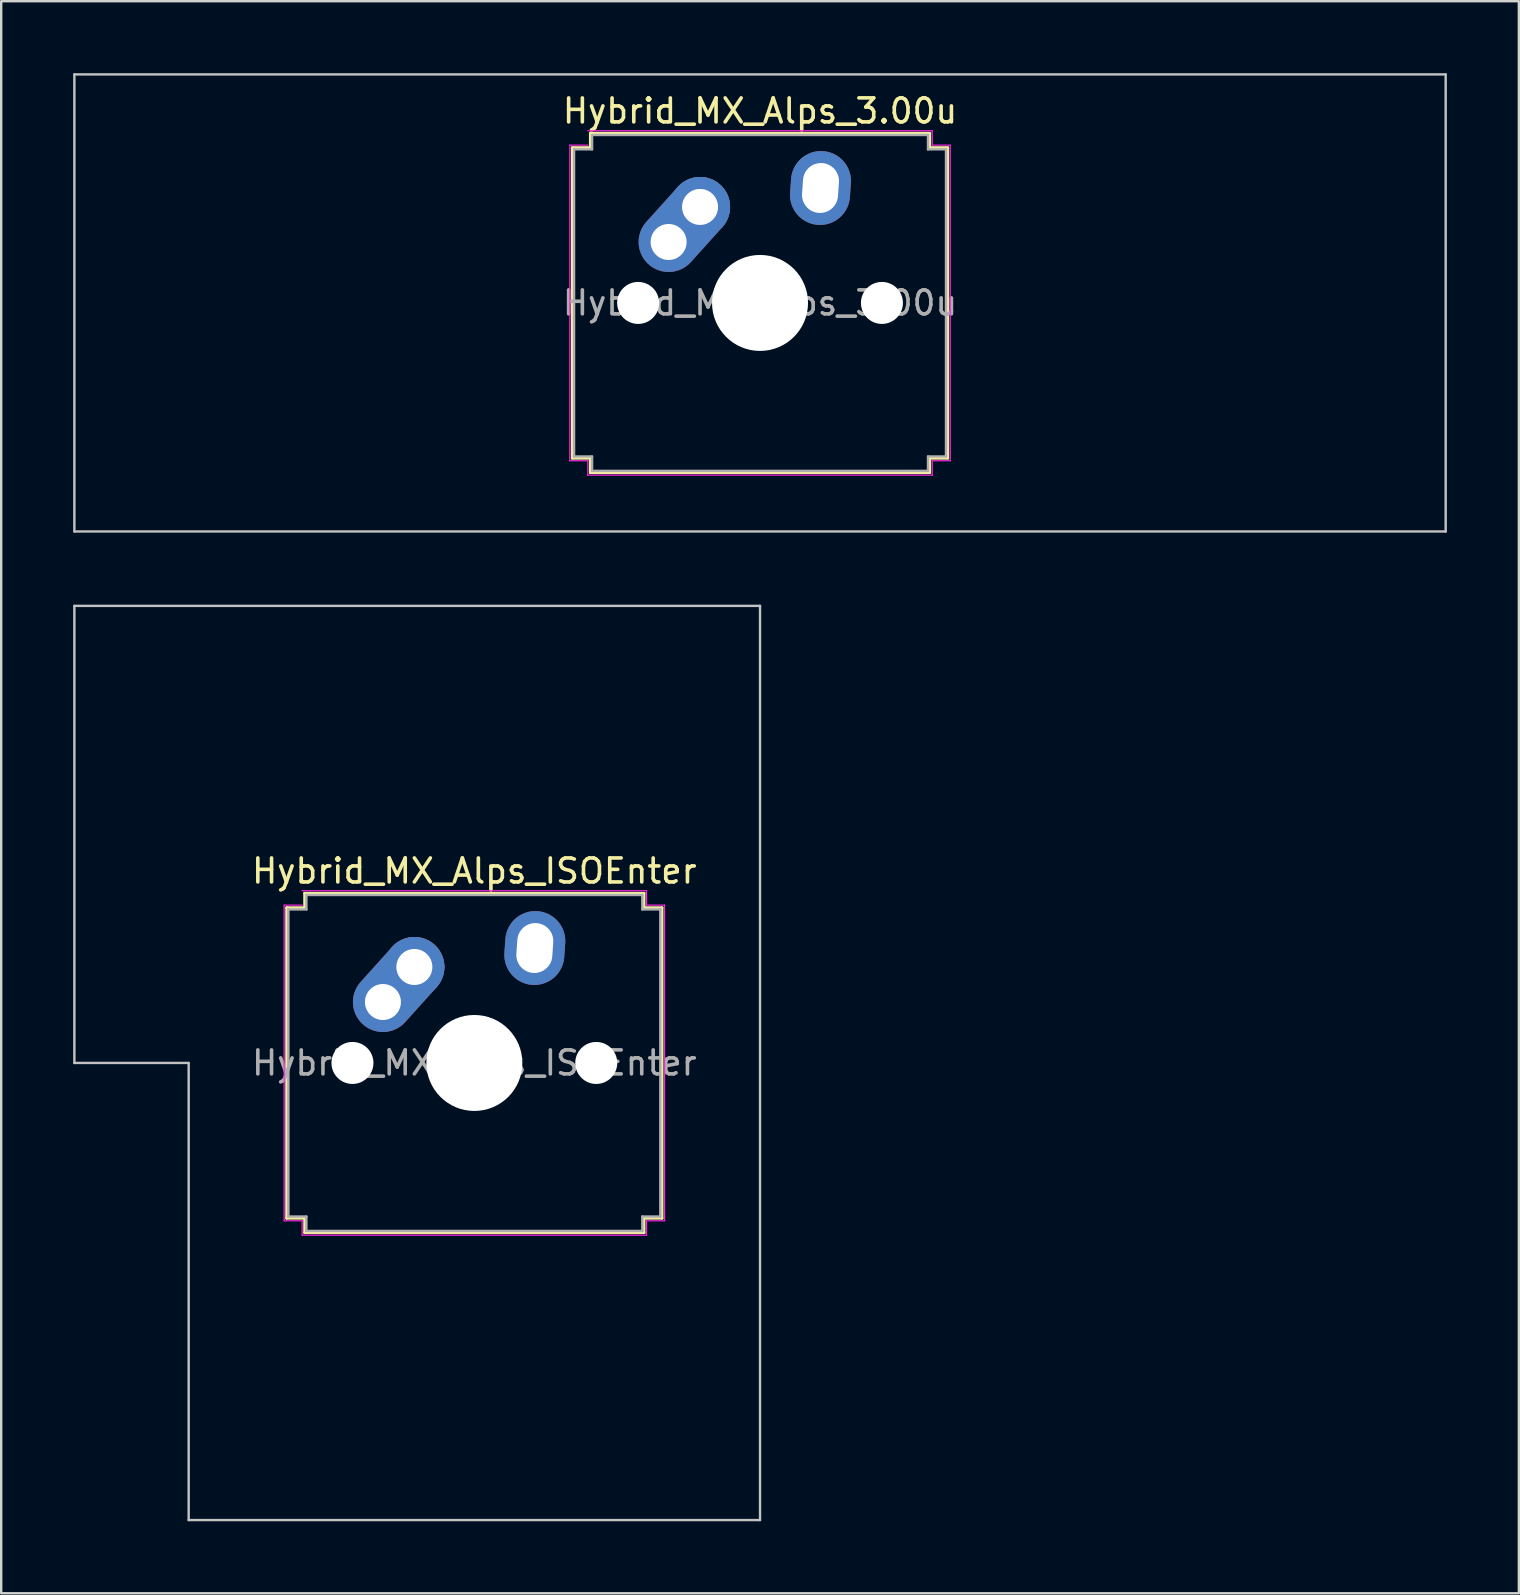
<source format=kicad_pcb>
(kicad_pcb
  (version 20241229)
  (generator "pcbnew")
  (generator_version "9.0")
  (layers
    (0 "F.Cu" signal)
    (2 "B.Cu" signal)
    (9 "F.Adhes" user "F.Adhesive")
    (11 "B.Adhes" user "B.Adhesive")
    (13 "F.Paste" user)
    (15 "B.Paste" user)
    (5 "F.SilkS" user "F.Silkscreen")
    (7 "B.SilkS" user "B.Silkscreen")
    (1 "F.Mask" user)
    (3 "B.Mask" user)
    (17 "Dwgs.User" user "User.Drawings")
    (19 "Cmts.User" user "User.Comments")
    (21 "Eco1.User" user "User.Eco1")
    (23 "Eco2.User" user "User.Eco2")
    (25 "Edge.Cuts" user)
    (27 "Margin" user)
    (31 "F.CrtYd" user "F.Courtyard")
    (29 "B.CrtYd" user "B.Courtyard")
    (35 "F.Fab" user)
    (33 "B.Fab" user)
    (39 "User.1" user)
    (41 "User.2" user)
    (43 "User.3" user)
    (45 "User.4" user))
  (footprint "Hybrid_MX_Alps_3.00u"
    (layer "F.Cu")
    (at 28.625 9.575)
    (property "Reference" "Hybrid_MX_Alps_3.00u" (at 0 -8 0) (layer "F.SilkS") (effects (font (size 1 1) (thickness 0.15))))
    (attr through_hole)
    (fp_line (start -7.821 -6.471) (end -7.071 -6.471) (stroke (width 0.12) (type solid)) (layer "F.SilkS"))
    (fp_line (start -7.821 6.471) (end -7.821 -6.471) (stroke (width 0.12) (type solid)) (layer "F.SilkS"))
    (fp_line (start -7.071 -7.071) (end 7.071 -7.071) (stroke (width 0.12) (type solid)) (layer "F.SilkS"))
    (fp_line (start -7.071 -6.471) (end -7.071 -7.071) (stroke (width 0.12) (type solid)) (layer "F.SilkS"))
    (fp_line (start -7.071 6.471) (end -7.821 6.471) (stroke (width 0.12) (type solid)) (layer "F.SilkS"))
    (fp_line (start -7.071 7.071) (end -7.071 6.471) (stroke (width 0.12) (type solid)) (layer "F.SilkS"))
    (fp_line (start 7.071 -7.071) (end 7.071 -6.471) (stroke (width 0.12) (type solid)) (layer "F.SilkS"))
    (fp_line (start 7.071 -6.471) (end 7.821 -6.471) (stroke (width 0.12) (type solid)) (layer "F.SilkS"))
    (fp_line (start 7.071 6.471) (end 7.071 7.071) (stroke (width 0.12) (type solid)) (layer "F.SilkS"))
    (fp_line (start 7.071 7.071) (end -7.071 7.071) (stroke (width 0.12) (type solid)) (layer "F.SilkS"))
    (fp_line (start 7.821 -6.471) (end 7.821 6.471) (stroke (width 0.12) (type solid)) (layer "F.SilkS"))
    (fp_line (start 7.821 6.471) (end 7.071 6.471) (stroke (width 0.12) (type solid)) (layer "F.SilkS"))
    (fp_line (start -28.575 -9.525) (end -28.575 9.525) (stroke (width 0.1) (type solid)) (layer "Dwgs.User"))
    (fp_line (start -28.575 9.525) (end 28.575 9.525) (stroke (width 0.1) (type solid)) (layer "Dwgs.User"))
    (fp_line (start 28.575 -9.525) (end -28.575 -9.525) (stroke (width 0.1) (type solid)) (layer "Dwgs.User"))
    (fp_line (start 28.575 9.525) (end 28.575 -9.525) (stroke (width 0.1) (type solid)) (layer "Dwgs.User"))
    (fp_line (start -7.927 -6.577) (end -7.177 -6.577) (stroke (width 0.05) (type solid)) (layer "F.CrtYd"))
    (fp_line (start -7.927 6.577) (end -7.927 -6.577) (stroke (width 0.05) (type solid)) (layer "F.CrtYd"))
    (fp_line (start -7.177 -7.177) (end 7.177 -7.177) (stroke (width 0.05) (type solid)) (layer "F.CrtYd"))
    (fp_line (start -7.177 6.577) (end -7.927 6.577) (stroke (width 0.05) (type solid)) (layer "F.CrtYd"))
    (fp_line (start -7.177 7.177) (end -7.177 6.577) (stroke (width 0.05) (type solid)) (layer "F.CrtYd"))
    (fp_line (start 7.177 -7.177) (end 7.177 -6.577) (stroke (width 0.05) (type solid)) (layer "F.CrtYd"))
    (fp_line (start 7.177 -6.577) (end 7.927 -6.577) (stroke (width 0.05) (type solid)) (layer "F.CrtYd"))
    (fp_line (start 7.177 6.577) (end 7.177 7.177) (stroke (width 0.05) (type solid)) (layer "F.CrtYd"))
    (fp_line (start 7.177 7.177) (end -7.177 7.177) (stroke (width 0.05) (type solid)) (layer "F.CrtYd"))
    (fp_line (start 7.927 -6.577) (end 7.927 6.577) (stroke (width 0.05) (type solid)) (layer "F.CrtYd"))
    (fp_line (start 7.927 6.577) (end 7.177 6.577) (stroke (width 0.05) (type solid)) (layer "F.CrtYd"))
    (fp_line (start -7.75 -6.4) (end -7 -6.4) (stroke (width 0.1) (type solid)) (layer "F.Fab"))
    (fp_line (start -7.75 6.4) (end -7.75 -6.4) (stroke (width 0.1) (type solid)) (layer "F.Fab"))
    (fp_line (start -7 -7) (end 7 -7) (stroke (width 0.1) (type solid)) (layer "F.Fab"))
    (fp_line (start -7 -6.4) (end -7 -7) (stroke (width 0.1) (type solid)) (layer "F.Fab"))
    (fp_line (start -7 6.4) (end -7.75 6.4) (stroke (width 0.1) (type solid)) (layer "F.Fab"))
    (fp_line (start -7 7) (end -7 6.4) (stroke (width 0.1) (type solid)) (layer "F.Fab"))
    (fp_line (start 7 -7) (end 7 -6.4) (stroke (width 0.1) (type solid)) (layer "F.Fab"))
    (fp_line (start 7 -6.4) (end 7.75 -6.4) (stroke (width 0.1) (type solid)) (layer "F.Fab"))
    (fp_line (start 7 6.4) (end 7 7) (stroke (width 0.1) (type solid)) (layer "F.Fab"))
    (fp_line (start 7 7) (end -7 7) (stroke (width 0.1) (type solid)) (layer "F.Fab"))
    (fp_line (start 7.75 -6.4) (end 7.75 6.4) (stroke (width 0.1) (type solid)) (layer "F.Fab"))
    (fp_line (start 7.75 6.4) (end 7 6.4) (stroke (width 0.1) (type solid)) (layer "F.Fab"))
    (fp_text user "${REFERENCE}" (at 0 0 0) (layer "F.Fab") (effects (font (size 1 1) (thickness 0.15))))
    (pad "" np_thru_hole circle (at -5.08 0) (size 1.75 1.75) (drill 1.75) (layers "*.Cu" "*.Mask"))
    (pad "" np_thru_hole circle (at 0 0) (size 4 4) (drill 4) (layers "*.Cu" "*.Mask"))
    (pad "" np_thru_hole circle (at 5.08 0) (size 1.75 1.75) (drill 1.75) (layers "*.Cu" "*.Mask"))
    (pad "1" thru_hole oval (at -3.81 -2.54 48) (size 4.462 2.5) (drill 1.5 (offset 0.981 0)) (layers "*.Cu" "*.Mask"))
    (pad "1" thru_hole circle (at -2.5 -4) (size 2.5 2.5) (drill 1.5) (layers "*.Cu" "*.Mask"))
    (pad "2" thru_hole oval (at 2.52 -4.79 86) (size 3.081 2.5) (drill oval 2.081 1.5) (layers "*.Cu" "*.Mask")))
  (footprint "Hybrid_MX_Alps_ISOEnter"
    (layer "F.Cu")
    (at 16.719 41.25)
    (property "Reference" "Hybrid_MX_Alps_ISOEnter" (at 0 -8 0) (layer "F.SilkS") (effects (font (size 1 1) (thickness 0.15))))
    (attr through_hole)
    (fp_line (start -7.821 -6.471) (end -7.071 -6.471) (stroke (width 0.12) (type solid)) (layer "F.SilkS"))
    (fp_line (start -7.821 6.471) (end -7.821 -6.471) (stroke (width 0.12) (type solid)) (layer "F.SilkS"))
    (fp_line (start -7.071 -7.071) (end 7.071 -7.071) (stroke (width 0.12) (type solid)) (layer "F.SilkS"))
    (fp_line (start -7.071 -6.471) (end -7.071 -7.071) (stroke (width 0.12) (type solid)) (layer "F.SilkS"))
    (fp_line (start -7.071 6.471) (end -7.821 6.471) (stroke (width 0.12) (type solid)) (layer "F.SilkS"))
    (fp_line (start -7.071 7.071) (end -7.071 6.471) (stroke (width 0.12) (type solid)) (layer "F.SilkS"))
    (fp_line (start 7.071 -7.071) (end 7.071 -6.471) (stroke (width 0.12) (type solid)) (layer "F.SilkS"))
    (fp_line (start 7.071 -6.471) (end 7.821 -6.471) (stroke (width 0.12) (type solid)) (layer "F.SilkS"))
    (fp_line (start 7.071 6.471) (end 7.071 7.071) (stroke (width 0.12) (type solid)) (layer "F.SilkS"))
    (fp_line (start 7.071 7.071) (end -7.071 7.071) (stroke (width 0.12) (type solid)) (layer "F.SilkS"))
    (fp_line (start 7.821 -6.471) (end 7.821 6.471) (stroke (width 0.12) (type solid)) (layer "F.SilkS"))
    (fp_line (start 7.821 6.471) (end 7.071 6.471) (stroke (width 0.12) (type solid)) (layer "F.SilkS"))
    (fp_line (start -16.669 -19.05) (end -16.669 0) (stroke (width 0.1) (type solid)) (layer "Dwgs.User"))
    (fp_line (start -16.669 0) (end -11.906 0) (stroke (width 0.1) (type solid)) (layer "Dwgs.User"))
    (fp_line (start -11.906 0) (end -11.906 19.05) (stroke (width 0.1) (type solid)) (layer "Dwgs.User"))
    (fp_line (start -11.906 19.05) (end 11.906 19.05) (stroke (width 0.1) (type solid)) (layer "Dwgs.User"))
    (fp_line (start 11.906 -19.05) (end -16.669 -19.05) (stroke (width 0.1) (type solid)) (layer "Dwgs.User"))
    (fp_line (start 11.906 19.05) (end 11.906 -19.05) (stroke (width 0.1) (type solid)) (layer "Dwgs.User"))
    (fp_line (start -7.927 -6.577) (end -7.177 -6.577) (stroke (width 0.05) (type solid)) (layer "F.CrtYd"))
    (fp_line (start -7.927 6.577) (end -7.927 -6.577) (stroke (width 0.05) (type solid)) (layer "F.CrtYd"))
    (fp_line (start -7.177 -7.177) (end 7.177 -7.177) (stroke (width 0.05) (type solid)) (layer "F.CrtYd"))
    (fp_line (start -7.177 6.577) (end -7.927 6.577) (stroke (width 0.05) (type solid)) (layer "F.CrtYd"))
    (fp_line (start -7.177 7.177) (end -7.177 6.577) (stroke (width 0.05) (type solid)) (layer "F.CrtYd"))
    (fp_line (start 7.177 -7.177) (end 7.177 -6.577) (stroke (width 0.05) (type solid)) (layer "F.CrtYd"))
    (fp_line (start 7.177 -6.577) (end 7.927 -6.577) (stroke (width 0.05) (type solid)) (layer "F.CrtYd"))
    (fp_line (start 7.177 6.577) (end 7.177 7.177) (stroke (width 0.05) (type solid)) (layer "F.CrtYd"))
    (fp_line (start 7.177 7.177) (end -7.177 7.177) (stroke (width 0.05) (type solid)) (layer "F.CrtYd"))
    (fp_line (start 7.927 -6.577) (end 7.927 6.577) (stroke (width 0.05) (type solid)) (layer "F.CrtYd"))
    (fp_line (start 7.927 6.577) (end 7.177 6.577) (stroke (width 0.05) (type solid)) (layer "F.CrtYd"))
    (fp_line (start -7.75 -6.4) (end -7 -6.4) (stroke (width 0.1) (type solid)) (layer "F.Fab"))
    (fp_line (start -7.75 6.4) (end -7.75 -6.4) (stroke (width 0.1) (type solid)) (layer "F.Fab"))
    (fp_line (start -7 -7) (end 7 -7) (stroke (width 0.1) (type solid)) (layer "F.Fab"))
    (fp_line (start -7 -6.4) (end -7 -7) (stroke (width 0.1) (type solid)) (layer "F.Fab"))
    (fp_line (start -7 6.4) (end -7.75 6.4) (stroke (width 0.1) (type solid)) (layer "F.Fab"))
    (fp_line (start -7 7) (end -7 6.4) (stroke (width 0.1) (type solid)) (layer "F.Fab"))
    (fp_line (start 7 -7) (end 7 -6.4) (stroke (width 0.1) (type solid)) (layer "F.Fab"))
    (fp_line (start 7 -6.4) (end 7.75 -6.4) (stroke (width 0.1) (type solid)) (layer "F.Fab"))
    (fp_line (start 7 6.4) (end 7 7) (stroke (width 0.1) (type solid)) (layer "F.Fab"))
    (fp_line (start 7 7) (end -7 7) (stroke (width 0.1) (type solid)) (layer "F.Fab"))
    (fp_line (start 7.75 -6.4) (end 7.75 6.4) (stroke (width 0.1) (type solid)) (layer "F.Fab"))
    (fp_line (start 7.75 6.4) (end 7 6.4) (stroke (width 0.1) (type solid)) (layer "F.Fab"))
    (fp_text user "${REFERENCE}" (at 0 0 0) (layer "F.Fab") (effects (font (size 1 1) (thickness 0.15))))
    (pad "" np_thru_hole circle (at -5.08 0) (size 1.75 1.75) (drill 1.75) (layers "*.Cu" "*.Mask"))
    (pad "" np_thru_hole circle (at 0 0) (size 4 4) (drill 4) (layers "*.Cu" "*.Mask"))
    (pad "" np_thru_hole circle (at 5.08 0) (size 1.75 1.75) (drill 1.75) (layers "*.Cu" "*.Mask"))
    (pad "1" thru_hole oval (at -3.81 -2.54 48) (size 4.462 2.5) (drill 1.5 (offset 0.981 0)) (layers "*.Cu" "*.Mask"))
    (pad "1" thru_hole circle (at -2.5 -4) (size 2.5 2.5) (drill 1.5) (layers "*.Cu" "*.Mask"))
    (pad "2" thru_hole oval (at 2.52 -4.79 86) (size 3.081 2.5) (drill oval 2.081 1.5) (layers "*.Cu" "*.Mask")))
  (gr_rect
    (start -3 -3)
    (end 60.25 63.35)
    (stroke (width 0.1) (type default))
    (fill no)
    (layer "Edge.Cuts")))
</source>
